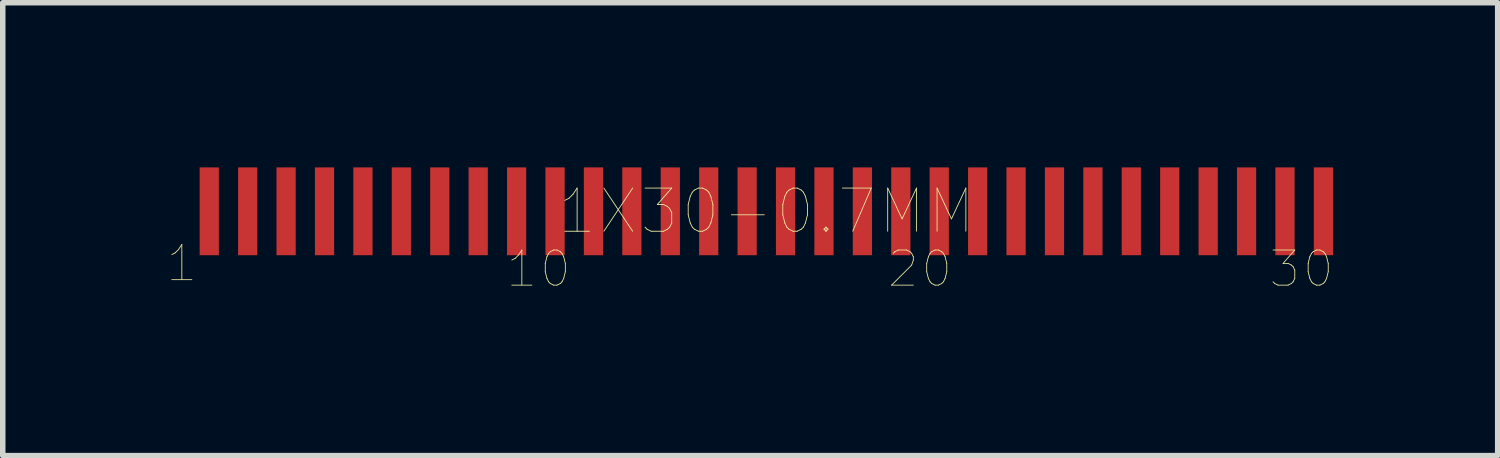
<source format=kicad_pcb>
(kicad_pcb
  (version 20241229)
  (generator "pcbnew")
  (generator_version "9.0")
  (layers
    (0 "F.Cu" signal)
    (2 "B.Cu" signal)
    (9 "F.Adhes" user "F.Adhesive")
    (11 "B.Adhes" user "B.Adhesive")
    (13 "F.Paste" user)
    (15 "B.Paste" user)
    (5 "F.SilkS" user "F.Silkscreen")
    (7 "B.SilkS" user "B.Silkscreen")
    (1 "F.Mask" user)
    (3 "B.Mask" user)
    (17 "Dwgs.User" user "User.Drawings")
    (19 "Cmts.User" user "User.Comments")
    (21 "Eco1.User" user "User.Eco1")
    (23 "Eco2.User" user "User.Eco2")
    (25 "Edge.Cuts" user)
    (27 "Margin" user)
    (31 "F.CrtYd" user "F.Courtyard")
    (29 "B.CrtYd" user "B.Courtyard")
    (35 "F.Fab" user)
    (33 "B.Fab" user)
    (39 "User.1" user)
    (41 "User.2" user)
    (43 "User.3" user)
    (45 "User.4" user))
  (footprint "1X30-0.7MM"
    (layer "F.Cu")
    (at 10.913 0.8)
    (property "Reference" "1X30-0.7MM" (at 0 0 0) (layer "F.SilkS") (effects (font (size 0.787 0.787) (thickness 0.015))))
    (attr through_hole)
    (fp_text user "30" (at 9.75 1.05 0) (layer "F.SilkS") (effects (font (size 0.64 0.64) (thickness 0.015))))
    (fp_text user "10" (at -4.15 1.05 0) (layer "F.SilkS") (effects (font (size 0.64 0.64) (thickness 0.015))))
    (fp_text user "1" (at -10.65 0.95 0) (layer "F.SilkS") (effects (font (size 0.64 0.64) (thickness 0.015))))
    (fp_text user "20" (at 2.8 1.05 0) (layer "F.SilkS") (effects (font (size 0.64 0.64) (thickness 0.015))))
    (pad "1" smd rect (at -10.15 0) (size 0.35 1.6) (layers "F.Cu" "F.Mask" "F.Paste"))
    (pad "2" smd rect (at -9.45 0) (size 0.35 1.6) (layers "F.Cu" "F.Mask" "F.Paste"))
    (pad "3" smd rect (at -8.75 0) (size 0.35 1.6) (layers "F.Cu" "F.Mask" "F.Paste"))
    (pad "4" smd rect (at -8.05 0) (size 0.35 1.6) (layers "F.Cu" "F.Mask" "F.Paste"))
    (pad "5" smd rect (at -7.35 0) (size 0.35 1.6) (layers "F.Cu" "F.Mask" "F.Paste"))
    (pad "6" smd rect (at -6.65 0) (size 0.35 1.6) (layers "F.Cu" "F.Mask" "F.Paste"))
    (pad "7" smd rect (at -5.95 0) (size 0.35 1.6) (layers "F.Cu" "F.Mask" "F.Paste"))
    (pad "8" smd rect (at -5.25 0) (size 0.35 1.6) (layers "F.Cu" "F.Mask" "F.Paste"))
    (pad "9" smd rect (at -4.55 0) (size 0.35 1.6) (layers "F.Cu" "F.Mask" "F.Paste"))
    (pad "10" smd rect (at -3.85 0) (size 0.35 1.6) (layers "F.Cu" "F.Mask" "F.Paste"))
    (pad "11" smd rect (at -3.15 0) (size 0.35 1.6) (layers "F.Cu" "F.Mask" "F.Paste"))
    (pad "12" smd rect (at -2.45 0) (size 0.35 1.6) (layers "F.Cu" "F.Mask" "F.Paste"))
    (pad "13" smd rect (at -1.75 0) (size 0.35 1.6) (layers "F.Cu" "F.Mask" "F.Paste"))
    (pad "14" smd rect (at -1.05 0) (size 0.35 1.6) (layers "F.Cu" "F.Mask" "F.Paste"))
    (pad "15" smd rect (at -0.35 0) (size 0.35 1.6) (layers "F.Cu" "F.Mask" "F.Paste"))
    (pad "16" smd rect (at 0.35 0) (size 0.35 1.6) (layers "F.Cu" "F.Mask" "F.Paste"))
    (pad "17" smd rect (at 1.05 0) (size 0.35 1.6) (layers "F.Cu" "F.Mask" "F.Paste"))
    (pad "18" smd rect (at 1.75 0) (size 0.35 1.6) (layers "F.Cu" "F.Mask" "F.Paste"))
    (pad "19" smd rect (at 2.45 0) (size 0.35 1.6) (layers "F.Cu" "F.Mask" "F.Paste"))
    (pad "20" smd rect (at 3.15 0) (size 0.35 1.6) (layers "F.Cu" "F.Mask" "F.Paste"))
    (pad "21" smd rect (at 3.85 0) (size 0.35 1.6) (layers "F.Cu" "F.Mask" "F.Paste"))
    (pad "22" smd rect (at 4.55 0) (size 0.35 1.6) (layers "F.Cu" "F.Mask" "F.Paste"))
    (pad "23" smd rect (at 5.25 0) (size 0.35 1.6) (layers "F.Cu" "F.Mask" "F.Paste"))
    (pad "24" smd rect (at 5.95 0) (size 0.35 1.6) (layers "F.Cu" "F.Mask" "F.Paste"))
    (pad "25" smd rect (at 6.65 0) (size 0.35 1.6) (layers "F.Cu" "F.Mask" "F.Paste"))
    (pad "26" smd rect (at 7.35 0) (size 0.35 1.6) (layers "F.Cu" "F.Mask" "F.Paste"))
    (pad "27" smd rect (at 8.05 0) (size 0.35 1.6) (layers "F.Cu" "F.Mask" "F.Paste"))
    (pad "28" smd rect (at 8.75 0) (size 0.35 1.6) (layers "F.Cu" "F.Mask" "F.Paste"))
    (pad "29" smd rect (at 9.45 0) (size 0.35 1.6) (layers "F.Cu" "F.Mask" "F.Paste"))
    (pad "30" smd rect (at 10.15 0) (size 0.35 1.6) (layers "F.Cu" "F.Mask" "F.Paste")))
  (gr_rect
    (start -3 -3)
    (end 24.238 5.251)
    (stroke (width 0.1) (type default))
    (fill no)
    (layer "Edge.Cuts")))
</source>
